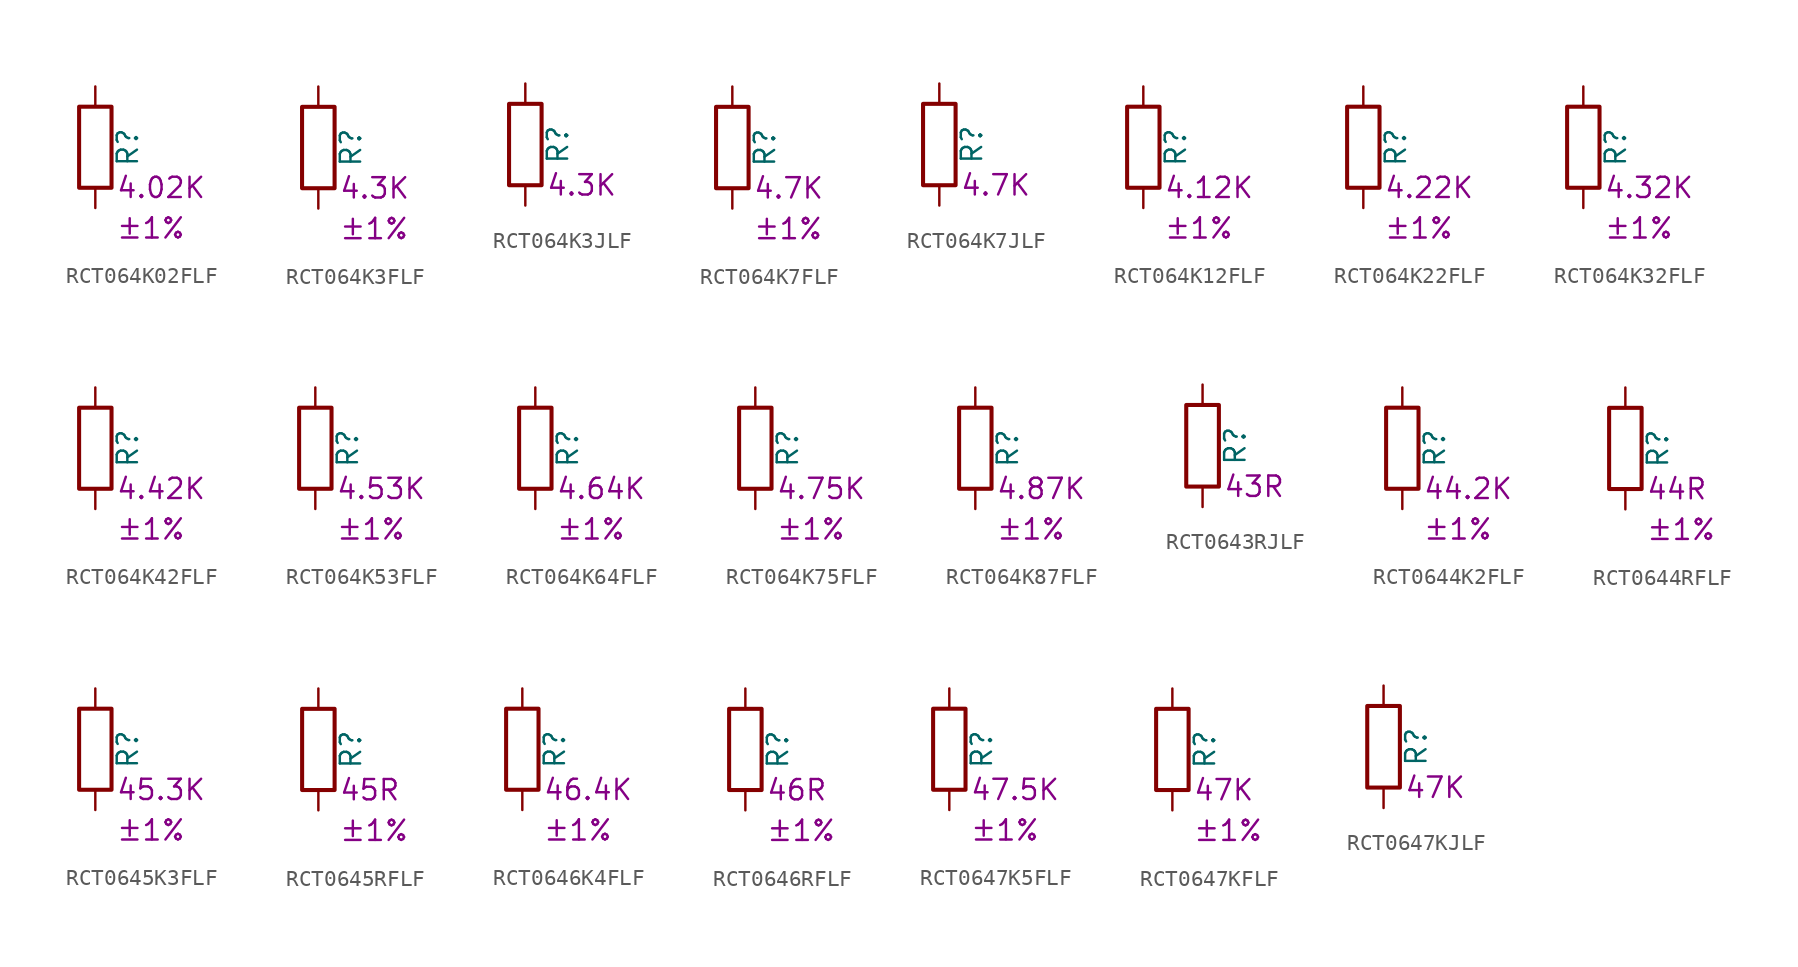
<source format=kicad_sym>
(kicad_symbol_lib
  (version 20220914)
  (generator kicad_symbol_editor)
  (symbol "RCT064K02FLF"
    (pin_numbers hide)
    (pin_names
      (offset 0))
    (property "Reference" "R"
      (at 2.032 0 90)
      (effects (font (size 1.27 1.27))))
    (property "Resistance" "4.02K"
      (at 1.27 -2.54 0)
      (effects (font (size 1.27 1.27)) (justify left)))
    (property "Tolerance" "±1%"
      (at 1.27 -5.08 0)
      (effects (font (size 1.27 1.27)) (justify left)))
    (symbol "RCT064K02FLF_0_1"
      (rectangle (start -1.016 -2.54) (end 1.016 2.54) (stroke (width 0.254) (type default)) (fill (type none))))
    (symbol "RCT064K02FLF_1_1"
      (pin passive line (at 0 3.81 270) (length 1.27) (name "~" (effects (font (size 1.27 1.27)))) (number "1" (effects (font (size 1.27 1.27)))))
      (pin passive line (at 0 -3.81 90) (length 1.27) (name "~" (effects (font (size 1.27 1.27)))) (number "2" (effects (font (size 1.27 1.27)))))))
  (symbol "RCT064K3FLF"
    (pin_numbers hide)
    (pin_names
      (offset 0))
    (property "Reference" "R"
      (at 2.032 0 90)
      (effects (font (size 1.27 1.27))))
    (property "Resistance" "4.3K"
      (at 1.27 -2.54 0)
      (effects (font (size 1.27 1.27)) (justify left)))
    (property "Tolerance" "±1%"
      (at 1.27 -5.08 0)
      (effects (font (size 1.27 1.27)) (justify left)))
    (symbol "RCT064K3FLF_0_1"
      (rectangle (start -1.016 -2.54) (end 1.016 2.54) (stroke (width 0.254) (type default)) (fill (type none))))
    (symbol "RCT064K3FLF_1_1"
      (pin passive line (at 0 3.81 270) (length 1.27) (name "~" (effects (font (size 1.27 1.27)))) (number "1" (effects (font (size 1.27 1.27)))))
      (pin passive line (at 0 -3.81 90) (length 1.27) (name "~" (effects (font (size 1.27 1.27)))) (number "2" (effects (font (size 1.27 1.27)))))))
  (symbol "RCT064K3JLF"
    (pin_numbers hide)
    (pin_names
      (offset 0))
    (property "Reference" "R"
      (at 2.032 0 90)
      (effects (font (size 1.27 1.27))))
    (property "Resistance" "4.3K"
      (at 1.27 -2.54 0)
      (effects (font (size 1.27 1.27)) (justify left)))
    (symbol "RCT064K3JLF_0_1"
      (rectangle (start -1.016 -2.54) (end 1.016 2.54) (stroke (width 0.254) (type default)) (fill (type none))))
    (symbol "RCT064K3JLF_1_1"
      (pin passive line (at 0 3.81 270) (length 1.27) (name "~" (effects (font (size 1.27 1.27)))) (number "1" (effects (font (size 1.27 1.27)))))
      (pin passive line (at 0 -3.81 90) (length 1.27) (name "~" (effects (font (size 1.27 1.27)))) (number "2" (effects (font (size 1.27 1.27)))))))
  (symbol "RCT064K7FLF"
    (pin_numbers hide)
    (pin_names
      (offset 0))
    (property "Reference" "R"
      (at 2.032 0 90)
      (effects (font (size 1.27 1.27))))
    (property "Resistance" "4.7K"
      (at 1.27 -2.54 0)
      (effects (font (size 1.27 1.27)) (justify left)))
    (property "Tolerance" "±1%"
      (at 1.27 -5.08 0)
      (effects (font (size 1.27 1.27)) (justify left)))
    (symbol "RCT064K7FLF_0_1"
      (rectangle (start -1.016 -2.54) (end 1.016 2.54) (stroke (width 0.254) (type default)) (fill (type none))))
    (symbol "RCT064K7FLF_1_1"
      (pin passive line (at 0 3.81 270) (length 1.27) (name "~" (effects (font (size 1.27 1.27)))) (number "1" (effects (font (size 1.27 1.27)))))
      (pin passive line (at 0 -3.81 90) (length 1.27) (name "~" (effects (font (size 1.27 1.27)))) (number "2" (effects (font (size 1.27 1.27)))))))
  (symbol "RCT064K7JLF"
    (pin_numbers hide)
    (pin_names
      (offset 0))
    (property "Reference" "R"
      (at 2.032 0 90)
      (effects (font (size 1.27 1.27))))
    (property "Resistance" "4.7K"
      (at 1.27 -2.54 0)
      (effects (font (size 1.27 1.27)) (justify left)))
    (symbol "RCT064K7JLF_0_1"
      (rectangle (start -1.016 -2.54) (end 1.016 2.54) (stroke (width 0.254) (type default)) (fill (type none))))
    (symbol "RCT064K7JLF_1_1"
      (pin passive line (at 0 3.81 270) (length 1.27) (name "~" (effects (font (size 1.27 1.27)))) (number "1" (effects (font (size 1.27 1.27)))))
      (pin passive line (at 0 -3.81 90) (length 1.27) (name "~" (effects (font (size 1.27 1.27)))) (number "2" (effects (font (size 1.27 1.27)))))))
  (symbol "RCT064K12FLF"
    (pin_numbers hide)
    (pin_names
      (offset 0))
    (property "Reference" "R"
      (at 2.032 0 90)
      (effects (font (size 1.27 1.27))))
    (property "Resistance" "4.12K"
      (at 1.27 -2.54 0)
      (effects (font (size 1.27 1.27)) (justify left)))
    (property "Tolerance" "±1%"
      (at 1.27 -5.08 0)
      (effects (font (size 1.27 1.27)) (justify left)))
    (symbol "RCT064K12FLF_0_1"
      (rectangle (start -1.016 -2.54) (end 1.016 2.54) (stroke (width 0.254) (type default)) (fill (type none))))
    (symbol "RCT064K12FLF_1_1"
      (pin passive line (at 0 3.81 270) (length 1.27) (name "~" (effects (font (size 1.27 1.27)))) (number "1" (effects (font (size 1.27 1.27)))))
      (pin passive line (at 0 -3.81 90) (length 1.27) (name "~" (effects (font (size 1.27 1.27)))) (number "2" (effects (font (size 1.27 1.27)))))))
  (symbol "RCT064K22FLF"
    (pin_numbers hide)
    (pin_names
      (offset 0))
    (property "Reference" "R"
      (at 2.032 0 90)
      (effects (font (size 1.27 1.27))))
    (property "Resistance" "4.22K"
      (at 1.27 -2.54 0)
      (effects (font (size 1.27 1.27)) (justify left)))
    (property "Tolerance" "±1%"
      (at 1.27 -5.08 0)
      (effects (font (size 1.27 1.27)) (justify left)))
    (symbol "RCT064K22FLF_0_1"
      (rectangle (start -1.016 -2.54) (end 1.016 2.54) (stroke (width 0.254) (type default)) (fill (type none))))
    (symbol "RCT064K22FLF_1_1"
      (pin passive line (at 0 3.81 270) (length 1.27) (name "~" (effects (font (size 1.27 1.27)))) (number "1" (effects (font (size 1.27 1.27)))))
      (pin passive line (at 0 -3.81 90) (length 1.27) (name "~" (effects (font (size 1.27 1.27)))) (number "2" (effects (font (size 1.27 1.27)))))))
  (symbol "RCT064K32FLF"
    (pin_numbers hide)
    (pin_names
      (offset 0))
    (property "Reference" "R"
      (at 2.032 0 90)
      (effects (font (size 1.27 1.27))))
    (property "Resistance" "4.32K"
      (at 1.27 -2.54 0)
      (effects (font (size 1.27 1.27)) (justify left)))
    (property "Tolerance" "±1%"
      (at 1.27 -5.08 0)
      (effects (font (size 1.27 1.27)) (justify left)))
    (symbol "RCT064K32FLF_0_1"
      (rectangle (start -1.016 -2.54) (end 1.016 2.54) (stroke (width 0.254) (type default)) (fill (type none))))
    (symbol "RCT064K32FLF_1_1"
      (pin passive line (at 0 3.81 270) (length 1.27) (name "~" (effects (font (size 1.27 1.27)))) (number "1" (effects (font (size 1.27 1.27)))))
      (pin passive line (at 0 -3.81 90) (length 1.27) (name "~" (effects (font (size 1.27 1.27)))) (number "2" (effects (font (size 1.27 1.27)))))))
  (symbol "RCT064K42FLF"
    (pin_numbers hide)
    (pin_names
      (offset 0))
    (property "Reference" "R"
      (at 2.032 0 90)
      (effects (font (size 1.27 1.27))))
    (property "Resistance" "4.42K"
      (at 1.27 -2.54 0)
      (effects (font (size 1.27 1.27)) (justify left)))
    (property "Tolerance" "±1%"
      (at 1.27 -5.08 0)
      (effects (font (size 1.27 1.27)) (justify left)))
    (symbol "RCT064K42FLF_0_1"
      (rectangle (start -1.016 -2.54) (end 1.016 2.54) (stroke (width 0.254) (type default)) (fill (type none))))
    (symbol "RCT064K42FLF_1_1"
      (pin passive line (at 0 3.81 270) (length 1.27) (name "~" (effects (font (size 1.27 1.27)))) (number "1" (effects (font (size 1.27 1.27)))))
      (pin passive line (at 0 -3.81 90) (length 1.27) (name "~" (effects (font (size 1.27 1.27)))) (number "2" (effects (font (size 1.27 1.27)))))))
  (symbol "RCT064K53FLF"
    (pin_numbers hide)
    (pin_names
      (offset 0))
    (property "Reference" "R"
      (at 2.032 0 90)
      (effects (font (size 1.27 1.27))))
    (property "Resistance" "4.53K"
      (at 1.27 -2.54 0)
      (effects (font (size 1.27 1.27)) (justify left)))
    (property "Tolerance" "±1%"
      (at 1.27 -5.08 0)
      (effects (font (size 1.27 1.27)) (justify left)))
    (symbol "RCT064K53FLF_0_1"
      (rectangle (start -1.016 -2.54) (end 1.016 2.54) (stroke (width 0.254) (type default)) (fill (type none))))
    (symbol "RCT064K53FLF_1_1"
      (pin passive line (at 0 3.81 270) (length 1.27) (name "~" (effects (font (size 1.27 1.27)))) (number "1" (effects (font (size 1.27 1.27)))))
      (pin passive line (at 0 -3.81 90) (length 1.27) (name "~" (effects (font (size 1.27 1.27)))) (number "2" (effects (font (size 1.27 1.27)))))))
  (symbol "RCT064K64FLF"
    (pin_numbers hide)
    (pin_names
      (offset 0))
    (property "Reference" "R"
      (at 2.032 0 90)
      (effects (font (size 1.27 1.27))))
    (property "Resistance" "4.64K"
      (at 1.27 -2.54 0)
      (effects (font (size 1.27 1.27)) (justify left)))
    (property "Tolerance" "±1%"
      (at 1.27 -5.08 0)
      (effects (font (size 1.27 1.27)) (justify left)))
    (symbol "RCT064K64FLF_0_1"
      (rectangle (start -1.016 -2.54) (end 1.016 2.54) (stroke (width 0.254) (type default)) (fill (type none))))
    (symbol "RCT064K64FLF_1_1"
      (pin passive line (at 0 3.81 270) (length 1.27) (name "~" (effects (font (size 1.27 1.27)))) (number "1" (effects (font (size 1.27 1.27)))))
      (pin passive line (at 0 -3.81 90) (length 1.27) (name "~" (effects (font (size 1.27 1.27)))) (number "2" (effects (font (size 1.27 1.27)))))))
  (symbol "RCT064K75FLF"
    (pin_numbers hide)
    (pin_names
      (offset 0))
    (property "Reference" "R"
      (at 2.032 0 90)
      (effects (font (size 1.27 1.27))))
    (property "Resistance" "4.75K"
      (at 1.27 -2.54 0)
      (effects (font (size 1.27 1.27)) (justify left)))
    (property "Tolerance" "±1%"
      (at 1.27 -5.08 0)
      (effects (font (size 1.27 1.27)) (justify left)))
    (symbol "RCT064K75FLF_0_1"
      (rectangle (start -1.016 -2.54) (end 1.016 2.54) (stroke (width 0.254) (type default)) (fill (type none))))
    (symbol "RCT064K75FLF_1_1"
      (pin passive line (at 0 3.81 270) (length 1.27) (name "~" (effects (font (size 1.27 1.27)))) (number "1" (effects (font (size 1.27 1.27)))))
      (pin passive line (at 0 -3.81 90) (length 1.27) (name "~" (effects (font (size 1.27 1.27)))) (number "2" (effects (font (size 1.27 1.27)))))))
  (symbol "RCT064K87FLF"
    (pin_numbers hide)
    (pin_names
      (offset 0))
    (property "Reference" "R"
      (at 2.032 0 90)
      (effects (font (size 1.27 1.27))))
    (property "Resistance" "4.87K"
      (at 1.27 -2.54 0)
      (effects (font (size 1.27 1.27)) (justify left)))
    (property "Tolerance" "±1%"
      (at 1.27 -5.08 0)
      (effects (font (size 1.27 1.27)) (justify left)))
    (symbol "RCT064K87FLF_0_1"
      (rectangle (start -1.016 -2.54) (end 1.016 2.54) (stroke (width 0.254) (type default)) (fill (type none))))
    (symbol "RCT064K87FLF_1_1"
      (pin passive line (at 0 3.81 270) (length 1.27) (name "~" (effects (font (size 1.27 1.27)))) (number "1" (effects (font (size 1.27 1.27)))))
      (pin passive line (at 0 -3.81 90) (length 1.27) (name "~" (effects (font (size 1.27 1.27)))) (number "2" (effects (font (size 1.27 1.27)))))))
  (symbol "RCT0643RJLF"
    (pin_numbers hide)
    (pin_names
      (offset 0))
    (property "Reference" "R"
      (at 2.032 0 90)
      (effects (font (size 1.27 1.27))))
    (property "Resistance" "43R"
      (at 1.27 -2.54 0)
      (effects (font (size 1.27 1.27)) (justify left)))
    (symbol "RCT0643RJLF_0_1"
      (rectangle (start -1.016 -2.54) (end 1.016 2.54) (stroke (width 0.254) (type default)) (fill (type none))))
    (symbol "RCT0643RJLF_1_1"
      (pin passive line (at 0 3.81 270) (length 1.27) (name "~" (effects (font (size 1.27 1.27)))) (number "1" (effects (font (size 1.27 1.27)))))
      (pin passive line (at 0 -3.81 90) (length 1.27) (name "~" (effects (font (size 1.27 1.27)))) (number "2" (effects (font (size 1.27 1.27)))))))
  (symbol "RCT0644K2FLF"
    (pin_numbers hide)
    (pin_names
      (offset 0))
    (property "Reference" "R"
      (at 2.032 0 90)
      (effects (font (size 1.27 1.27))))
    (property "Resistance" "44.2K"
      (at 1.27 -2.54 0)
      (effects (font (size 1.27 1.27)) (justify left)))
    (property "Tolerance" "±1%"
      (at 1.27 -5.08 0)
      (effects (font (size 1.27 1.27)) (justify left)))
    (symbol "RCT0644K2FLF_0_1"
      (rectangle (start -1.016 -2.54) (end 1.016 2.54) (stroke (width 0.254) (type default)) (fill (type none))))
    (symbol "RCT0644K2FLF_1_1"
      (pin passive line (at 0 3.81 270) (length 1.27) (name "~" (effects (font (size 1.27 1.27)))) (number "1" (effects (font (size 1.27 1.27)))))
      (pin passive line (at 0 -3.81 90) (length 1.27) (name "~" (effects (font (size 1.27 1.27)))) (number "2" (effects (font (size 1.27 1.27)))))))
  (symbol "RCT0644RFLF"
    (pin_numbers hide)
    (pin_names
      (offset 0))
    (property "Reference" "R"
      (at 2.032 0 90)
      (effects (font (size 1.27 1.27))))
    (property "Resistance" "44R"
      (at 1.27 -2.54 0)
      (effects (font (size 1.27 1.27)) (justify left)))
    (property "Tolerance" "±1%"
      (at 1.27 -5.08 0)
      (effects (font (size 1.27 1.27)) (justify left)))
    (symbol "RCT0644RFLF_0_1"
      (rectangle (start -1.016 -2.54) (end 1.016 2.54) (stroke (width 0.254) (type default)) (fill (type none))))
    (symbol "RCT0644RFLF_1_1"
      (pin passive line (at 0 3.81 270) (length 1.27) (name "~" (effects (font (size 1.27 1.27)))) (number "1" (effects (font (size 1.27 1.27)))))
      (pin passive line (at 0 -3.81 90) (length 1.27) (name "~" (effects (font (size 1.27 1.27)))) (number "2" (effects (font (size 1.27 1.27)))))))
  (symbol "RCT0645K3FLF"
    (pin_numbers hide)
    (pin_names
      (offset 0))
    (property "Reference" "R"
      (at 2.032 0 90)
      (effects (font (size 1.27 1.27))))
    (property "Resistance" "45.3K"
      (at 1.27 -2.54 0)
      (effects (font (size 1.27 1.27)) (justify left)))
    (property "Tolerance" "±1%"
      (at 1.27 -5.08 0)
      (effects (font (size 1.27 1.27)) (justify left)))
    (symbol "RCT0645K3FLF_0_1"
      (rectangle (start -1.016 -2.54) (end 1.016 2.54) (stroke (width 0.254) (type default)) (fill (type none))))
    (symbol "RCT0645K3FLF_1_1"
      (pin passive line (at 0 3.81 270) (length 1.27) (name "~" (effects (font (size 1.27 1.27)))) (number "1" (effects (font (size 1.27 1.27)))))
      (pin passive line (at 0 -3.81 90) (length 1.27) (name "~" (effects (font (size 1.27 1.27)))) (number "2" (effects (font (size 1.27 1.27)))))))
  (symbol "RCT0645RFLF"
    (pin_numbers hide)
    (pin_names
      (offset 0))
    (property "Reference" "R"
      (at 2.032 0 90)
      (effects (font (size 1.27 1.27))))
    (property "Resistance" "45R"
      (at 1.27 -2.54 0)
      (effects (font (size 1.27 1.27)) (justify left)))
    (property "Tolerance" "±1%"
      (at 1.27 -5.08 0)
      (effects (font (size 1.27 1.27)) (justify left)))
    (symbol "RCT0645RFLF_0_1"
      (rectangle (start -1.016 -2.54) (end 1.016 2.54) (stroke (width 0.254) (type default)) (fill (type none))))
    (symbol "RCT0645RFLF_1_1"
      (pin passive line (at 0 3.81 270) (length 1.27) (name "~" (effects (font (size 1.27 1.27)))) (number "1" (effects (font (size 1.27 1.27)))))
      (pin passive line (at 0 -3.81 90) (length 1.27) (name "~" (effects (font (size 1.27 1.27)))) (number "2" (effects (font (size 1.27 1.27)))))))
  (symbol "RCT0646K4FLF"
    (pin_numbers hide)
    (pin_names
      (offset 0))
    (property "Reference" "R"
      (at 2.032 0 90)
      (effects (font (size 1.27 1.27))))
    (property "Resistance" "46.4K"
      (at 1.27 -2.54 0)
      (effects (font (size 1.27 1.27)) (justify left)))
    (property "Tolerance" "±1%"
      (at 1.27 -5.08 0)
      (effects (font (size 1.27 1.27)) (justify left)))
    (symbol "RCT0646K4FLF_0_1"
      (rectangle (start -1.016 -2.54) (end 1.016 2.54) (stroke (width 0.254) (type default)) (fill (type none))))
    (symbol "RCT0646K4FLF_1_1"
      (pin passive line (at 0 3.81 270) (length 1.27) (name "~" (effects (font (size 1.27 1.27)))) (number "1" (effects (font (size 1.27 1.27)))))
      (pin passive line (at 0 -3.81 90) (length 1.27) (name "~" (effects (font (size 1.27 1.27)))) (number "2" (effects (font (size 1.27 1.27)))))))
  (symbol "RCT0646RFLF"
    (pin_numbers hide)
    (pin_names
      (offset 0))
    (property "Reference" "R"
      (at 2.032 0 90)
      (effects (font (size 1.27 1.27))))
    (property "Resistance" "46R"
      (at 1.27 -2.54 0)
      (effects (font (size 1.27 1.27)) (justify left)))
    (property "Tolerance" "±1%"
      (at 1.27 -5.08 0)
      (effects (font (size 1.27 1.27)) (justify left)))
    (symbol "RCT0646RFLF_0_1"
      (rectangle (start -1.016 -2.54) (end 1.016 2.54) (stroke (width 0.254) (type default)) (fill (type none))))
    (symbol "RCT0646RFLF_1_1"
      (pin passive line (at 0 3.81 270) (length 1.27) (name "~" (effects (font (size 1.27 1.27)))) (number "1" (effects (font (size 1.27 1.27)))))
      (pin passive line (at 0 -3.81 90) (length 1.27) (name "~" (effects (font (size 1.27 1.27)))) (number "2" (effects (font (size 1.27 1.27)))))))
  (symbol "RCT0647K5FLF"
    (pin_numbers hide)
    (pin_names
      (offset 0))
    (property "Reference" "R"
      (at 2.032 0 90)
      (effects (font (size 1.27 1.27))))
    (property "Resistance" "47.5K"
      (at 1.27 -2.54 0)
      (effects (font (size 1.27 1.27)) (justify left)))
    (property "Tolerance" "±1%"
      (at 1.27 -5.08 0)
      (effects (font (size 1.27 1.27)) (justify left)))
    (symbol "RCT0647K5FLF_0_1"
      (rectangle (start -1.016 -2.54) (end 1.016 2.54) (stroke (width 0.254) (type default)) (fill (type none))))
    (symbol "RCT0647K5FLF_1_1"
      (pin passive line (at 0 3.81 270) (length 1.27) (name "~" (effects (font (size 1.27 1.27)))) (number "1" (effects (font (size 1.27 1.27)))))
      (pin passive line (at 0 -3.81 90) (length 1.27) (name "~" (effects (font (size 1.27 1.27)))) (number "2" (effects (font (size 1.27 1.27)))))))
  (symbol "RCT0647KFLF"
    (pin_numbers hide)
    (pin_names
      (offset 0))
    (property "Reference" "R"
      (at 2.032 0 90)
      (effects (font (size 1.27 1.27))))
    (property "Resistance" "47K"
      (at 1.27 -2.54 0)
      (effects (font (size 1.27 1.27)) (justify left)))
    (property "Tolerance" "±1%"
      (at 1.27 -5.08 0)
      (effects (font (size 1.27 1.27)) (justify left)))
    (symbol "RCT0647KFLF_0_1"
      (rectangle (start -1.016 -2.54) (end 1.016 2.54) (stroke (width 0.254) (type default)) (fill (type none))))
    (symbol "RCT0647KFLF_1_1"
      (pin passive line (at 0 3.81 270) (length 1.27) (name "~" (effects (font (size 1.27 1.27)))) (number "1" (effects (font (size 1.27 1.27)))))
      (pin passive line (at 0 -3.81 90) (length 1.27) (name "~" (effects (font (size 1.27 1.27)))) (number "2" (effects (font (size 1.27 1.27)))))))
  (symbol "RCT0647KJLF"
    (pin_numbers hide)
    (pin_names
      (offset 0))
    (property "Reference" "R"
      (at 2.032 0 90)
      (effects (font (size 1.27 1.27))))
    (property "Resistance" "47K"
      (at 1.27 -2.54 0)
      (effects (font (size 1.27 1.27)) (justify left)))
    (symbol "RCT0647KJLF_0_1"
      (rectangle (start -1.016 -2.54) (end 1.016 2.54) (stroke (width 0.254) (type default)) (fill (type none))))
    (symbol "RCT0647KJLF_1_1"
      (pin passive line (at 0 3.81 270) (length 1.27) (name "~" (effects (font (size 1.27 1.27)))) (number "1" (effects (font (size 1.27 1.27)))))
      (pin passive line (at 0 -3.81 90) (length 1.27) (name "~" (effects (font (size 1.27 1.27)))) (number "2" (effects (font (size 1.27 1.27))))))))
</source>
